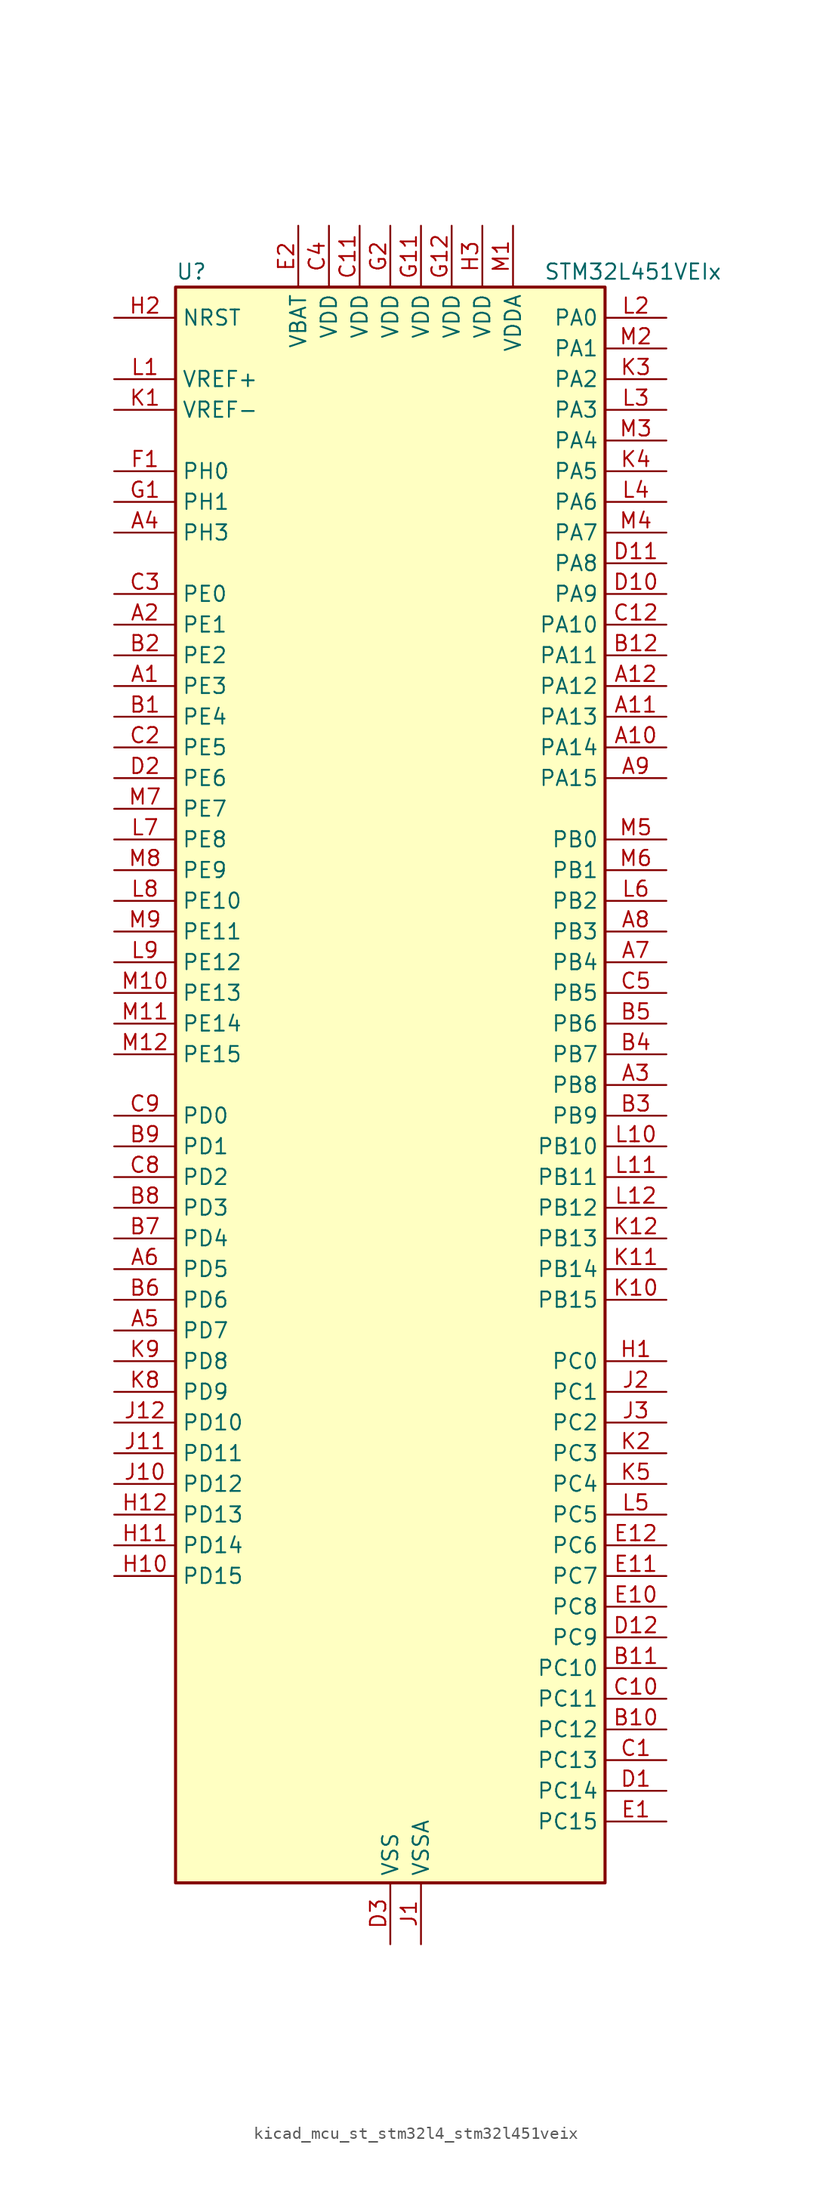
<source format=kicad_sym>
(kicad_symbol_lib
  (version 20220914)
  (generator kicad_symbol_editor)
  (symbol "kicad_mcu_st_stm32l4_stm32l451veix"
    (property "Reference" "U"
      (at -17.78 67.31 0)
      (effects (font (size 1.27 1.27)) (justify left)))
    (property "Value" "STM32L451VEIx"
      (at 12.7 67.31 0)
      (effects (font (size 1.27 1.27)) (justify left)))
    (property "ki_locked" ""
      (at 0 0 0)
      (effects (font (size 1.27 1.27))))
    (symbol "kicad_mcu_st_stm32l4_stm32l451veix_0_1"
      (rectangle (start -17.78 -66.04) (end 17.78 66.04) (stroke (width 0.254) (type default)) (fill (type background))))
    (symbol "kicad_mcu_st_stm32l4_stm32l451veix_1_1"
      (pin bidirectional line (at -22.86 33.02 0) (length 5.08) (name "PE3" (effects (font (size 1.27 1.27)))) (number "A1" (effects (font (size 1.27 1.27)))) (alternate "SAI1_SD_B" bidirectional line) (alternate "SYS_TRACED0" bidirectional line) (alternate "TIM3_CH1" bidirectional line) (alternate "TSC_G7_IO2" bidirectional line))
      (pin bidirectional line (at 22.86 27.94 180) (length 5.08) (name "PA14" (effects (font (size 1.27 1.27)))) (number "A10" (effects (font (size 1.27 1.27)))) (alternate "I2C1_SMBA" bidirectional line) (alternate "I2C4_SMBA" bidirectional line) (alternate "LPTIM1_OUT" bidirectional line) (alternate "SAI1_FS_B" bidirectional line) (alternate "SYS_JTCK-SWCLK" bidirectional line))
      (pin bidirectional line (at 22.86 30.48 180) (length 5.08) (name "PA13" (effects (font (size 1.27 1.27)))) (number "A11" (effects (font (size 1.27 1.27)))) (alternate "IR_OUT" bidirectional line) (alternate "SAI1_SD_B" bidirectional line) (alternate "SYS_JTMS-SWDIO" bidirectional line))
      (pin bidirectional line (at 22.86 33.02 180) (length 5.08) (name "PA12" (effects (font (size 1.27 1.27)))) (number "A12" (effects (font (size 1.27 1.27)))) (alternate "CAN1_TX" bidirectional line) (alternate "SPI1_MOSI" bidirectional line) (alternate "TIM1_ETR" bidirectional line) (alternate "USART1_DE" bidirectional line) (alternate "USART1_RTS" bidirectional line))
      (pin bidirectional line (at -22.86 38.1 0) (length 5.08) (name "PE1" (effects (font (size 1.27 1.27)))) (number "A2" (effects (font (size 1.27 1.27)))))
      (pin bidirectional line (at 22.86 0 180) (length 5.08) (name "PB8" (effects (font (size 1.27 1.27)))) (number "A3" (effects (font (size 1.27 1.27)))) (alternate "CAN1_RX" bidirectional line) (alternate "I2C1_SCL" bidirectional line) (alternate "SAI1_MCLK_A" bidirectional line) (alternate "SDMMC1_D4" bidirectional line) (alternate "TIM16_CH1" bidirectional line))
      (pin bidirectional line (at -22.86 45.72 0) (length 5.08) (name "PH3" (effects (font (size 1.27 1.27)))) (number "A4" (effects (font (size 1.27 1.27)))))
      (pin bidirectional line (at -22.86 -20.32 0) (length 5.08) (name "PD7" (effects (font (size 1.27 1.27)))) (number "A5" (effects (font (size 1.27 1.27)))) (alternate "DFSDM1_CKIN1" bidirectional line) (alternate "QUADSPI_BK2_IO3" bidirectional line) (alternate "USART2_CK" bidirectional line))
      (pin bidirectional line (at -22.86 -15.24 0) (length 5.08) (name "PD5" (effects (font (size 1.27 1.27)))) (number "A6" (effects (font (size 1.27 1.27)))) (alternate "QUADSPI_BK2_IO1" bidirectional line) (alternate "USART2_TX" bidirectional line))
      (pin bidirectional line (at 22.86 10.16 180) (length 5.08) (name "PB4" (effects (font (size 1.27 1.27)))) (number "A7" (effects (font (size 1.27 1.27)))) (alternate "COMP2_INP" bidirectional line) (alternate "I2C3_SDA" bidirectional line) (alternate "SAI1_MCLK_B" bidirectional line) (alternate "SPI1_MISO" bidirectional line) (alternate "SPI3_MISO" bidirectional line) (alternate "SYS_JTRST" bidirectional line) (alternate "TIM3_CH1" bidirectional line) (alternate "TSC_G2_IO1" bidirectional line) (alternate "USART1_CTS" bidirectional line))
      (pin bidirectional line (at 22.86 12.7 180) (length 5.08) (name "PB3" (effects (font (size 1.27 1.27)))) (number "A8" (effects (font (size 1.27 1.27)))) (alternate "COMP2_INM" bidirectional line) (alternate "SAI1_SCK_B" bidirectional line) (alternate "SPI1_SCK" bidirectional line) (alternate "SPI3_SCK" bidirectional line) (alternate "SYS_JTDO-SWO" bidirectional line) (alternate "TIM2_CH2" bidirectional line) (alternate "USART1_DE" bidirectional line) (alternate "USART1_RTS" bidirectional line))
      (pin bidirectional line (at 22.86 25.4 180) (length 5.08) (name "PA15" (effects (font (size 1.27 1.27)))) (number "A9" (effects (font (size 1.27 1.27)))) (alternate "ADC1_EXTI15" bidirectional line) (alternate "SPI1_NSS" bidirectional line) (alternate "SPI3_NSS" bidirectional line) (alternate "SYS_JTDI" bidirectional line) (alternate "TIM2_CH1" bidirectional line) (alternate "TIM2_ETR" bidirectional line) (alternate "TSC_G3_IO1" bidirectional line) (alternate "UART4_DE" bidirectional line) (alternate "UART4_RTS" bidirectional line) (alternate "USART2_RX" bidirectional line) (alternate "USART3_DE" bidirectional line) (alternate "USART3_RTS" bidirectional line))
      (pin bidirectional line (at -22.86 30.48 0) (length 5.08) (name "PE4" (effects (font (size 1.27 1.27)))) (number "B1" (effects (font (size 1.27 1.27)))) (alternate "DFSDM1_DATIN3" bidirectional line) (alternate "SAI1_FS_A" bidirectional line) (alternate "SYS_TRACED1" bidirectional line) (alternate "TIM3_CH2" bidirectional line) (alternate "TSC_G7_IO3" bidirectional line))
      (pin bidirectional line (at 22.86 -53.34 180) (length 5.08) (name "PC12" (effects (font (size 1.27 1.27)))) (number "B10" (effects (font (size 1.27 1.27)))) (alternate "SDMMC1_CK" bidirectional line) (alternate "SPI3_MOSI" bidirectional line) (alternate "SYS_TRACED3" bidirectional line) (alternate "TSC_G3_IO4" bidirectional line) (alternate "USART3_CK" bidirectional line))
      (pin bidirectional line (at 22.86 -48.26 180) (length 5.08) (name "PC10" (effects (font (size 1.27 1.27)))) (number "B11" (effects (font (size 1.27 1.27)))) (alternate "SDMMC1_D2" bidirectional line) (alternate "SPI3_SCK" bidirectional line) (alternate "SYS_TRACED1" bidirectional line) (alternate "TSC_G3_IO2" bidirectional line) (alternate "UART4_TX" bidirectional line) (alternate "USART3_TX" bidirectional line))
      (pin bidirectional line (at 22.86 35.56 180) (length 5.08) (name "PA11" (effects (font (size 1.27 1.27)))) (number "B12" (effects (font (size 1.27 1.27)))) (alternate "ADC1_EXTI11" bidirectional line) (alternate "CAN1_RX" bidirectional line) (alternate "COMP1_OUT" bidirectional line) (alternate "SPI1_MISO" bidirectional line) (alternate "TIM1_BKIN2" bidirectional line) (alternate "TIM1_BKIN2_COMP1" bidirectional line) (alternate "TIM1_CH4" bidirectional line) (alternate "USART1_CTS" bidirectional line))
      (pin bidirectional line (at -22.86 35.56 0) (length 5.08) (name "PE2" (effects (font (size 1.27 1.27)))) (number "B2" (effects (font (size 1.27 1.27)))) (alternate "SAI1_MCLK_A" bidirectional line) (alternate "SYS_TRACECLK" bidirectional line) (alternate "TIM3_ETR" bidirectional line) (alternate "TSC_G7_IO1" bidirectional line))
      (pin bidirectional line (at 22.86 -2.54 180) (length 5.08) (name "PB9" (effects (font (size 1.27 1.27)))) (number "B3" (effects (font (size 1.27 1.27)))) (alternate "CAN1_TX" bidirectional line) (alternate "DAC1_EXTI9" bidirectional line) (alternate "I2C1_SDA" bidirectional line) (alternate "IR_OUT" bidirectional line) (alternate "SAI1_FS_A" bidirectional line) (alternate "SDMMC1_D5" bidirectional line) (alternate "SPI2_NSS" bidirectional line))
      (pin bidirectional line (at 22.86 2.54 180) (length 5.08) (name "PB7" (effects (font (size 1.27 1.27)))) (number "B4" (effects (font (size 1.27 1.27)))) (alternate "COMP2_INM" bidirectional line) (alternate "I2C1_SDA" bidirectional line) (alternate "I2C4_SDA" bidirectional line) (alternate "LPTIM1_IN2" bidirectional line) (alternate "SYS_PVD_IN" bidirectional line) (alternate "TSC_G2_IO4" bidirectional line) (alternate "UART4_CTS" bidirectional line) (alternate "USART1_RX" bidirectional line))
      (pin bidirectional line (at 22.86 5.08 180) (length 5.08) (name "PB6" (effects (font (size 1.27 1.27)))) (number "B5" (effects (font (size 1.27 1.27)))) (alternate "CAN1_TX" bidirectional line) (alternate "COMP2_INP" bidirectional line) (alternate "I2C1_SCL" bidirectional line) (alternate "I2C4_SCL" bidirectional line) (alternate "LPTIM1_ETR" bidirectional line) (alternate "SAI1_FS_B" bidirectional line) (alternate "TIM16_CH1N" bidirectional line) (alternate "TSC_G2_IO3" bidirectional line) (alternate "USART1_TX" bidirectional line))
      (pin bidirectional line (at -22.86 -17.78 0) (length 5.08) (name "PD6" (effects (font (size 1.27 1.27)))) (number "B6" (effects (font (size 1.27 1.27)))) (alternate "DFSDM1_DATIN1" bidirectional line) (alternate "QUADSPI_BK2_IO2" bidirectional line) (alternate "SAI1_SD_A" bidirectional line) (alternate "USART2_RX" bidirectional line))
      (pin bidirectional line (at -22.86 -12.7 0) (length 5.08) (name "PD4" (effects (font (size 1.27 1.27)))) (number "B7" (effects (font (size 1.27 1.27)))) (alternate "DFSDM1_CKIN0" bidirectional line) (alternate "QUADSPI_BK2_IO0" bidirectional line) (alternate "SPI2_MOSI" bidirectional line) (alternate "USART2_DE" bidirectional line) (alternate "USART2_RTS" bidirectional line))
      (pin bidirectional line (at -22.86 -10.16 0) (length 5.08) (name "PD3" (effects (font (size 1.27 1.27)))) (number "B8" (effects (font (size 1.27 1.27)))) (alternate "DFSDM1_DATIN0" bidirectional line) (alternate "QUADSPI_BK2_NCS" bidirectional line) (alternate "SPI2_MISO" bidirectional line) (alternate "USART2_CTS" bidirectional line))
      (pin bidirectional line (at -22.86 -5.08 0) (length 5.08) (name "PD1" (effects (font (size 1.27 1.27)))) (number "B9" (effects (font (size 1.27 1.27)))) (alternate "CAN1_TX" bidirectional line) (alternate "SPI2_SCK" bidirectional line))
      (pin bidirectional line (at 22.86 -55.88 180) (length 5.08) (name "PC13" (effects (font (size 1.27 1.27)))) (number "C1" (effects (font (size 1.27 1.27)))) (alternate "RTC_OUT_ALARM" bidirectional line) (alternate "RTC_OUT_CALIB" bidirectional line) (alternate "RTC_TAMP1" bidirectional line) (alternate "RTC_TS" bidirectional line) (alternate "SYS_WKUP2" bidirectional line))
      (pin bidirectional line (at 22.86 -50.8 180) (length 5.08) (name "PC11" (effects (font (size 1.27 1.27)))) (number "C10" (effects (font (size 1.27 1.27)))) (alternate "ADC1_EXTI11" bidirectional line) (alternate "SDMMC1_D3" bidirectional line) (alternate "SPI3_MISO" bidirectional line) (alternate "TSC_G3_IO3" bidirectional line) (alternate "UART4_RX" bidirectional line) (alternate "USART3_RX" bidirectional line))
      (pin power_in line (at -2.54 71.12 270) (length 5.08) (name "VDD" (effects (font (size 1.27 1.27)))) (number "C11" (effects (font (size 1.27 1.27)))))
      (pin bidirectional line (at 22.86 38.1 180) (length 5.08) (name "PA10" (effects (font (size 1.27 1.27)))) (number "C12" (effects (font (size 1.27 1.27)))) (alternate "I2C1_SDA" bidirectional line) (alternate "SAI1_SD_A" bidirectional line) (alternate "TIM1_CH3" bidirectional line) (alternate "USART1_RX" bidirectional line))
      (pin bidirectional line (at -22.86 27.94 0) (length 5.08) (name "PE5" (effects (font (size 1.27 1.27)))) (number "C2" (effects (font (size 1.27 1.27)))) (alternate "DFSDM1_CKIN3" bidirectional line) (alternate "SAI1_SCK_A" bidirectional line) (alternate "SYS_TRACED2" bidirectional line) (alternate "TIM3_CH3" bidirectional line) (alternate "TSC_G7_IO4" bidirectional line))
      (pin bidirectional line (at -22.86 40.64 0) (length 5.08) (name "PE0" (effects (font (size 1.27 1.27)))) (number "C3" (effects (font (size 1.27 1.27)))) (alternate "TIM16_CH1" bidirectional line))
      (pin power_in line (at -5.08 71.12 270) (length 5.08) (name "VDD" (effects (font (size 1.27 1.27)))) (number "C4" (effects (font (size 1.27 1.27)))))
      (pin bidirectional line (at 22.86 7.62 180) (length 5.08) (name "PB5" (effects (font (size 1.27 1.27)))) (number "C5" (effects (font (size 1.27 1.27)))) (alternate "CAN1_RX" bidirectional line) (alternate "COMP2_OUT" bidirectional line) (alternate "I2C1_SMBA" bidirectional line) (alternate "LPTIM1_IN1" bidirectional line) (alternate "SAI1_SD_B" bidirectional line) (alternate "SPI1_MOSI" bidirectional line) (alternate "SPI3_MOSI" bidirectional line) (alternate "TIM16_BKIN" bidirectional line) (alternate "TIM3_CH2" bidirectional line) (alternate "TSC_G2_IO2" bidirectional line) (alternate "USART1_CK" bidirectional line))
      (pin bidirectional line (at -22.86 -7.62 0) (length 5.08) (name "PD2" (effects (font (size 1.27 1.27)))) (number "C8" (effects (font (size 1.27 1.27)))) (alternate "SDMMC1_CMD" bidirectional line) (alternate "SYS_TRACED2" bidirectional line) (alternate "TIM3_ETR" bidirectional line) (alternate "TSC_SYNC" bidirectional line) (alternate "USART3_DE" bidirectional line) (alternate "USART3_RTS" bidirectional line))
      (pin bidirectional line (at -22.86 -2.54 0) (length 5.08) (name "PD0" (effects (font (size 1.27 1.27)))) (number "C9" (effects (font (size 1.27 1.27)))) (alternate "CAN1_RX" bidirectional line) (alternate "SPI2_NSS" bidirectional line))
      (pin bidirectional line (at 22.86 -58.42 180) (length 5.08) (name "PC14" (effects (font (size 1.27 1.27)))) (number "D1" (effects (font (size 1.27 1.27)))) (alternate "RCC_OSC32_IN" bidirectional line))
      (pin bidirectional line (at 22.86 40.64 180) (length 5.08) (name "PA9" (effects (font (size 1.27 1.27)))) (number "D10" (effects (font (size 1.27 1.27)))) (alternate "DAC1_EXTI9" bidirectional line) (alternate "DFSDM1_DATIN1" bidirectional line) (alternate "I2C1_SCL" bidirectional line) (alternate "SAI1_FS_A" bidirectional line) (alternate "TIM15_BKIN" bidirectional line) (alternate "TIM1_CH2" bidirectional line) (alternate "USART1_TX" bidirectional line))
      (pin bidirectional line (at 22.86 43.18 180) (length 5.08) (name "PA8" (effects (font (size 1.27 1.27)))) (number "D11" (effects (font (size 1.27 1.27)))) (alternate "DFSDM1_CKIN1" bidirectional line) (alternate "LPTIM2_OUT" bidirectional line) (alternate "RCC_MCO" bidirectional line) (alternate "SAI1_SCK_A" bidirectional line) (alternate "TIM1_CH1" bidirectional line) (alternate "USART1_CK" bidirectional line))
      (pin bidirectional line (at 22.86 -45.72 180) (length 5.08) (name "PC9" (effects (font (size 1.27 1.27)))) (number "D12" (effects (font (size 1.27 1.27)))) (alternate "DAC1_EXTI9" bidirectional line) (alternate "SDMMC1_D1" bidirectional line) (alternate "TIM3_CH4" bidirectional line) (alternate "TSC_G4_IO4" bidirectional line))
      (pin bidirectional line (at -22.86 25.4 0) (length 5.08) (name "PE6" (effects (font (size 1.27 1.27)))) (number "D2" (effects (font (size 1.27 1.27)))) (alternate "RTC_TAMP3" bidirectional line) (alternate "SAI1_SD_A" bidirectional line) (alternate "SYS_TRACED3" bidirectional line) (alternate "SYS_WKUP3" bidirectional line) (alternate "TIM3_CH4" bidirectional line))
      (pin power_in line (at 0 -71.12 90) (length 5.08) (name "VSS" (effects (font (size 1.27 1.27)))) (number "D3" (effects (font (size 1.27 1.27)))))
      (pin bidirectional line (at 22.86 -60.96 180) (length 5.08) (name "PC15" (effects (font (size 1.27 1.27)))) (number "E1" (effects (font (size 1.27 1.27)))) (alternate "ADC1_EXTI15" bidirectional line) (alternate "RCC_OSC32_OUT" bidirectional line))
      (pin bidirectional line (at 22.86 -43.18 180) (length 5.08) (name "PC8" (effects (font (size 1.27 1.27)))) (number "E10" (effects (font (size 1.27 1.27)))) (alternate "SDMMC1_D0" bidirectional line) (alternate "TIM3_CH3" bidirectional line) (alternate "TSC_G4_IO3" bidirectional line))
      (pin bidirectional line (at 22.86 -40.64 180) (length 5.08) (name "PC7" (effects (font (size 1.27 1.27)))) (number "E11" (effects (font (size 1.27 1.27)))) (alternate "DFSDM1_DATIN3" bidirectional line) (alternate "SDMMC1_D7" bidirectional line) (alternate "TIM3_CH2" bidirectional line) (alternate "TSC_G4_IO2" bidirectional line))
      (pin bidirectional line (at 22.86 -38.1 180) (length 5.08) (name "PC6" (effects (font (size 1.27 1.27)))) (number "E12" (effects (font (size 1.27 1.27)))) (alternate "DFSDM1_CKIN3" bidirectional line) (alternate "SDMMC1_D6" bidirectional line) (alternate "TIM3_CH1" bidirectional line) (alternate "TSC_G4_IO1" bidirectional line))
      (pin power_in line (at -7.62 71.12 270) (length 5.08) (name "VBAT" (effects (font (size 1.27 1.27)))) (number "E2" (effects (font (size 1.27 1.27)))))
      (pin passive line (at 0 -71.12 90) (length 5.08) hide (name "VSS" (effects (font (size 1.27 1.27)))) (number "E3" (effects (font (size 1.27 1.27)))))
      (pin bidirectional line (at -22.86 50.8 0) (length 5.08) (name "PH0" (effects (font (size 1.27 1.27)))) (number "F1" (effects (font (size 1.27 1.27)))) (alternate "RCC_OSC_IN" bidirectional line))
      (pin passive line (at 0 -71.12 90) (length 5.08) hide (name "VSS" (effects (font (size 1.27 1.27)))) (number "F11" (effects (font (size 1.27 1.27)))))
      (pin passive line (at 0 -71.12 90) (length 5.08) hide (name "VSS" (effects (font (size 1.27 1.27)))) (number "F12" (effects (font (size 1.27 1.27)))))
      (pin passive line (at 0 -71.12 90) (length 5.08) hide (name "VSS" (effects (font (size 1.27 1.27)))) (number "F2" (effects (font (size 1.27 1.27)))))
      (pin bidirectional line (at -22.86 48.26 0) (length 5.08) (name "PH1" (effects (font (size 1.27 1.27)))) (number "G1" (effects (font (size 1.27 1.27)))) (alternate "RCC_OSC_OUT" bidirectional line))
      (pin power_in line (at 2.54 71.12 270) (length 5.08) (name "VDD" (effects (font (size 1.27 1.27)))) (number "G11" (effects (font (size 1.27 1.27)))))
      (pin power_in line (at 5.08 71.12 270) (length 5.08) (name "VDD" (effects (font (size 1.27 1.27)))) (number "G12" (effects (font (size 1.27 1.27)))))
      (pin power_in line (at 0 71.12 270) (length 5.08) (name "VDD" (effects (font (size 1.27 1.27)))) (number "G2" (effects (font (size 1.27 1.27)))))
      (pin bidirectional line (at 22.86 -22.86 180) (length 5.08) (name "PC0" (effects (font (size 1.27 1.27)))) (number "H1" (effects (font (size 1.27 1.27)))) (alternate "ADC1_IN1" bidirectional line) (alternate "I2C3_SCL" bidirectional line) (alternate "I2C4_SCL" bidirectional line) (alternate "LPTIM1_IN1" bidirectional line) (alternate "LPTIM2_IN1" bidirectional line) (alternate "LPUART1_RX" bidirectional line))
      (pin bidirectional line (at -22.86 -40.64 0) (length 5.08) (name "PD15" (effects (font (size 1.27 1.27)))) (number "H10" (effects (font (size 1.27 1.27)))) (alternate "ADC1_EXTI15" bidirectional line))
      (pin bidirectional line (at -22.86 -38.1 0) (length 5.08) (name "PD14" (effects (font (size 1.27 1.27)))) (number "H11" (effects (font (size 1.27 1.27)))))
      (pin bidirectional line (at -22.86 -35.56 0) (length 5.08) (name "PD13" (effects (font (size 1.27 1.27)))) (number "H12" (effects (font (size 1.27 1.27)))) (alternate "I2C4_SDA" bidirectional line) (alternate "LPTIM2_OUT" bidirectional line) (alternate "TSC_G6_IO4" bidirectional line))
      (pin input line (at -22.86 63.5 0) (length 5.08) (name "NRST" (effects (font (size 1.27 1.27)))) (number "H2" (effects (font (size 1.27 1.27)))))
      (pin power_in line (at 7.62 71.12 270) (length 5.08) (name "VDD" (effects (font (size 1.27 1.27)))) (number "H3" (effects (font (size 1.27 1.27)))))
      (pin power_in line (at 2.54 -71.12 90) (length 5.08) (name "VSSA" (effects (font (size 1.27 1.27)))) (number "J1" (effects (font (size 1.27 1.27)))))
      (pin bidirectional line (at -22.86 -33.02 0) (length 5.08) (name "PD12" (effects (font (size 1.27 1.27)))) (number "J10" (effects (font (size 1.27 1.27)))) (alternate "I2C4_SCL" bidirectional line) (alternate "LPTIM2_IN1" bidirectional line) (alternate "TSC_G6_IO3" bidirectional line) (alternate "USART3_DE" bidirectional line) (alternate "USART3_RTS" bidirectional line))
      (pin bidirectional line (at -22.86 -30.48 0) (length 5.08) (name "PD11" (effects (font (size 1.27 1.27)))) (number "J11" (effects (font (size 1.27 1.27)))) (alternate "ADC1_EXTI11" bidirectional line) (alternate "I2C4_SMBA" bidirectional line) (alternate "LPTIM2_ETR" bidirectional line) (alternate "TSC_G6_IO2" bidirectional line) (alternate "USART3_CTS" bidirectional line))
      (pin bidirectional line (at -22.86 -27.94 0) (length 5.08) (name "PD10" (effects (font (size 1.27 1.27)))) (number "J12" (effects (font (size 1.27 1.27)))) (alternate "TSC_G6_IO1" bidirectional line) (alternate "USART3_CK" bidirectional line))
      (pin bidirectional line (at 22.86 -25.4 180) (length 5.08) (name "PC1" (effects (font (size 1.27 1.27)))) (number "J2" (effects (font (size 1.27 1.27)))) (alternate "ADC1_IN2" bidirectional line) (alternate "I2C3_SDA" bidirectional line) (alternate "I2C4_SDA" bidirectional line) (alternate "LPTIM1_OUT" bidirectional line) (alternate "LPUART1_TX" bidirectional line) (alternate "SYS_TRACED0" bidirectional line))
      (pin bidirectional line (at 22.86 -27.94 180) (length 5.08) (name "PC2" (effects (font (size 1.27 1.27)))) (number "J3" (effects (font (size 1.27 1.27)))) (alternate "ADC1_IN3" bidirectional line) (alternate "DFSDM1_CKOUT" bidirectional line) (alternate "LPTIM1_IN2" bidirectional line) (alternate "SPI2_MISO" bidirectional line))
      (pin input line (at -22.86 55.88 0) (length 5.08) (name "VREF-" (effects (font (size 1.27 1.27)))) (number "K1" (effects (font (size 1.27 1.27)))))
      (pin bidirectional line (at 22.86 -17.78 180) (length 5.08) (name "PB15" (effects (font (size 1.27 1.27)))) (number "K10" (effects (font (size 1.27 1.27)))) (alternate "ADC1_EXTI15" bidirectional line) (alternate "DFSDM1_CKIN2" bidirectional line) (alternate "RTC_REFIN" bidirectional line) (alternate "SAI1_SD_A" bidirectional line) (alternate "SPI2_MOSI" bidirectional line) (alternate "TIM15_CH2" bidirectional line) (alternate "TIM1_CH3N" bidirectional line) (alternate "TSC_G1_IO4" bidirectional line))
      (pin bidirectional line (at 22.86 -15.24 180) (length 5.08) (name "PB14" (effects (font (size 1.27 1.27)))) (number "K11" (effects (font (size 1.27 1.27)))) (alternate "DFSDM1_DATIN2" bidirectional line) (alternate "I2C2_SDA" bidirectional line) (alternate "SAI1_MCLK_A" bidirectional line) (alternate "SPI2_MISO" bidirectional line) (alternate "TIM15_CH1" bidirectional line) (alternate "TIM1_CH2N" bidirectional line) (alternate "TSC_G1_IO3" bidirectional line) (alternate "USART3_DE" bidirectional line) (alternate "USART3_RTS" bidirectional line))
      (pin bidirectional line (at 22.86 -12.7 180) (length 5.08) (name "PB13" (effects (font (size 1.27 1.27)))) (number "K12" (effects (font (size 1.27 1.27)))) (alternate "CAN1_TX" bidirectional line) (alternate "DFSDM1_CKIN1" bidirectional line) (alternate "I2C2_SCL" bidirectional line) (alternate "LPUART1_CTS" bidirectional line) (alternate "SAI1_SCK_A" bidirectional line) (alternate "SPI2_SCK" bidirectional line) (alternate "TIM15_CH1N" bidirectional line) (alternate "TIM1_CH1N" bidirectional line) (alternate "TSC_G1_IO2" bidirectional line) (alternate "USART3_CTS" bidirectional line))
      (pin bidirectional line (at 22.86 -30.48 180) (length 5.08) (name "PC3" (effects (font (size 1.27 1.27)))) (number "K2" (effects (font (size 1.27 1.27)))) (alternate "ADC1_IN4" bidirectional line) (alternate "LPTIM1_ETR" bidirectional line) (alternate "LPTIM2_ETR" bidirectional line) (alternate "SAI1_SD_A" bidirectional line) (alternate "SPI2_MOSI" bidirectional line))
      (pin bidirectional line (at 22.86 58.42 180) (length 5.08) (name "PA2" (effects (font (size 1.27 1.27)))) (number "K3" (effects (font (size 1.27 1.27)))) (alternate "ADC1_IN7" bidirectional line) (alternate "COMP2_INM" bidirectional line) (alternate "COMP2_OUT" bidirectional line) (alternate "LPUART1_TX" bidirectional line) (alternate "QUADSPI_BK1_NCS" bidirectional line) (alternate "RCC_LSCO" bidirectional line) (alternate "SYS_WKUP4" bidirectional line) (alternate "TIM15_CH1" bidirectional line) (alternate "TIM2_CH3" bidirectional line) (alternate "USART2_TX" bidirectional line))
      (pin bidirectional line (at 22.86 50.8 180) (length 5.08) (name "PA5" (effects (font (size 1.27 1.27)))) (number "K4" (effects (font (size 1.27 1.27)))) (alternate "ADC1_IN10" bidirectional line) (alternate "COMP1_INM" bidirectional line) (alternate "COMP2_INM" bidirectional line) (alternate "DFSDM1_CKOUT" bidirectional line) (alternate "LPTIM2_ETR" bidirectional line) (alternate "SPI1_SCK" bidirectional line) (alternate "TIM2_CH1" bidirectional line) (alternate "TIM2_ETR" bidirectional line))
      (pin bidirectional line (at 22.86 -33.02 180) (length 5.08) (name "PC4" (effects (font (size 1.27 1.27)))) (number "K5" (effects (font (size 1.27 1.27)))) (alternate "ADC1_IN13" bidirectional line) (alternate "COMP1_INM" bidirectional line) (alternate "USART3_TX" bidirectional line))
      (pin bidirectional line (at -22.86 -25.4 0) (length 5.08) (name "PD9" (effects (font (size 1.27 1.27)))) (number "K8" (effects (font (size 1.27 1.27)))) (alternate "DAC1_EXTI9" bidirectional line) (alternate "USART3_RX" bidirectional line))
      (pin bidirectional line (at -22.86 -22.86 0) (length 5.08) (name "PD8" (effects (font (size 1.27 1.27)))) (number "K9" (effects (font (size 1.27 1.27)))) (alternate "USART3_TX" bidirectional line))
      (pin input line (at -22.86 58.42 0) (length 5.08) (name "VREF+" (effects (font (size 1.27 1.27)))) (number "L1" (effects (font (size 1.27 1.27)))) (alternate "VREFBUF_OUT" bidirectional line))
      (pin bidirectional line (at 22.86 -5.08 180) (length 5.08) (name "PB10" (effects (font (size 1.27 1.27)))) (number "L10" (effects (font (size 1.27 1.27)))) (alternate "COMP1_OUT" bidirectional line) (alternate "I2C2_SCL" bidirectional line) (alternate "I2C4_SCL" bidirectional line) (alternate "LPUART1_RX" bidirectional line) (alternate "QUADSPI_CLK" bidirectional line) (alternate "SAI1_SCK_A" bidirectional line) (alternate "SPI2_SCK" bidirectional line) (alternate "TIM2_CH3" bidirectional line) (alternate "TSC_SYNC" bidirectional line) (alternate "USART3_TX" bidirectional line))
      (pin bidirectional line (at 22.86 -7.62 180) (length 5.08) (name "PB11" (effects (font (size 1.27 1.27)))) (number "L11" (effects (font (size 1.27 1.27)))) (alternate "ADC1_EXTI11" bidirectional line) (alternate "COMP2_OUT" bidirectional line) (alternate "I2C2_SDA" bidirectional line) (alternate "I2C4_SDA" bidirectional line) (alternate "LPUART1_TX" bidirectional line) (alternate "QUADSPI_BK1_NCS" bidirectional line) (alternate "TIM2_CH4" bidirectional line) (alternate "USART3_RX" bidirectional line))
      (pin bidirectional line (at 22.86 -10.16 180) (length 5.08) (name "PB12" (effects (font (size 1.27 1.27)))) (number "L12" (effects (font (size 1.27 1.27)))) (alternate "CAN1_RX" bidirectional line) (alternate "DFSDM1_DATIN1" bidirectional line) (alternate "I2C2_SMBA" bidirectional line) (alternate "LPUART1_DE" bidirectional line) (alternate "LPUART1_RTS" bidirectional line) (alternate "SAI1_FS_A" bidirectional line) (alternate "SPI2_NSS" bidirectional line) (alternate "TIM15_BKIN" bidirectional line) (alternate "TIM1_BKIN" bidirectional line) (alternate "TIM1_BKIN_COMP2" bidirectional line) (alternate "TSC_G1_IO1" bidirectional line) (alternate "USART3_CK" bidirectional line))
      (pin bidirectional line (at 22.86 63.5 180) (length 5.08) (name "PA0" (effects (font (size 1.27 1.27)))) (number "L2" (effects (font (size 1.27 1.27)))) (alternate "ADC1_IN5" bidirectional line) (alternate "COMP1_INM" bidirectional line) (alternate "COMP1_OUT" bidirectional line) (alternate "OPAMP1_VINP" bidirectional line) (alternate "RTC_TAMP2" bidirectional line) (alternate "SAI1_EXTCLK" bidirectional line) (alternate "SYS_WKUP1" bidirectional line) (alternate "TIM2_CH1" bidirectional line) (alternate "TIM2_ETR" bidirectional line) (alternate "UART4_TX" bidirectional line) (alternate "USART2_CTS" bidirectional line))
      (pin bidirectional line (at 22.86 55.88 180) (length 5.08) (name "PA3" (effects (font (size 1.27 1.27)))) (number "L3" (effects (font (size 1.27 1.27)))) (alternate "ADC1_IN8" bidirectional line) (alternate "COMP2_INP" bidirectional line) (alternate "LPUART1_RX" bidirectional line) (alternate "OPAMP1_VOUT" bidirectional line) (alternate "QUADSPI_CLK" bidirectional line) (alternate "SAI1_MCLK_A" bidirectional line) (alternate "TIM15_CH2" bidirectional line) (alternate "TIM2_CH4" bidirectional line) (alternate "USART2_RX" bidirectional line))
      (pin bidirectional line (at 22.86 48.26 180) (length 5.08) (name "PA6" (effects (font (size 1.27 1.27)))) (number "L4" (effects (font (size 1.27 1.27)))) (alternate "ADC1_IN11" bidirectional line) (alternate "COMP1_OUT" bidirectional line) (alternate "LPUART1_CTS" bidirectional line) (alternate "QUADSPI_BK1_IO3" bidirectional line) (alternate "SPI1_MISO" bidirectional line) (alternate "TIM16_CH1" bidirectional line) (alternate "TIM1_BKIN" bidirectional line) (alternate "TIM1_BKIN_COMP2" bidirectional line) (alternate "TIM3_CH1" bidirectional line) (alternate "USART3_CTS" bidirectional line))
      (pin bidirectional line (at 22.86 -35.56 180) (length 5.08) (name "PC5" (effects (font (size 1.27 1.27)))) (number "L5" (effects (font (size 1.27 1.27)))) (alternate "ADC1_IN14" bidirectional line) (alternate "COMP1_INP" bidirectional line) (alternate "SYS_WKUP5" bidirectional line) (alternate "USART3_RX" bidirectional line))
      (pin bidirectional line (at 22.86 15.24 180) (length 5.08) (name "PB2" (effects (font (size 1.27 1.27)))) (number "L6" (effects (font (size 1.27 1.27)))) (alternate "COMP1_INP" bidirectional line) (alternate "DFSDM1_CKIN0" bidirectional line) (alternate "I2C3_SMBA" bidirectional line) (alternate "LPTIM1_OUT" bidirectional line) (alternate "RTC_OUT_ALARM" bidirectional line) (alternate "RTC_OUT_CALIB" bidirectional line))
      (pin bidirectional line (at -22.86 20.32 0) (length 5.08) (name "PE8" (effects (font (size 1.27 1.27)))) (number "L7" (effects (font (size 1.27 1.27)))) (alternate "DFSDM1_CKIN2" bidirectional line) (alternate "SAI1_SCK_B" bidirectional line) (alternate "TIM1_CH1N" bidirectional line))
      (pin bidirectional line (at -22.86 15.24 0) (length 5.08) (name "PE10" (effects (font (size 1.27 1.27)))) (number "L8" (effects (font (size 1.27 1.27)))) (alternate "QUADSPI_CLK" bidirectional line) (alternate "SAI1_MCLK_B" bidirectional line) (alternate "TIM1_CH2N" bidirectional line) (alternate "TSC_G5_IO1" bidirectional line))
      (pin bidirectional line (at -22.86 10.16 0) (length 5.08) (name "PE12" (effects (font (size 1.27 1.27)))) (number "L9" (effects (font (size 1.27 1.27)))) (alternate "QUADSPI_BK1_IO0" bidirectional line) (alternate "SPI1_NSS" bidirectional line) (alternate "TIM1_CH3N" bidirectional line) (alternate "TSC_G5_IO3" bidirectional line))
      (pin power_in line (at 10.16 71.12 270) (length 5.08) (name "VDDA" (effects (font (size 1.27 1.27)))) (number "M1" (effects (font (size 1.27 1.27)))))
      (pin bidirectional line (at -22.86 7.62 0) (length 5.08) (name "PE13" (effects (font (size 1.27 1.27)))) (number "M10" (effects (font (size 1.27 1.27)))) (alternate "QUADSPI_BK1_IO1" bidirectional line) (alternate "SPI1_SCK" bidirectional line) (alternate "TIM1_CH3" bidirectional line) (alternate "TSC_G5_IO4" bidirectional line))
      (pin bidirectional line (at -22.86 5.08 0) (length 5.08) (name "PE14" (effects (font (size 1.27 1.27)))) (number "M11" (effects (font (size 1.27 1.27)))) (alternate "QUADSPI_BK1_IO2" bidirectional line) (alternate "SPI1_MISO" bidirectional line) (alternate "TIM1_BKIN2" bidirectional line) (alternate "TIM1_BKIN2_COMP2" bidirectional line) (alternate "TIM1_CH4" bidirectional line))
      (pin bidirectional line (at -22.86 2.54 0) (length 5.08) (name "PE15" (effects (font (size 1.27 1.27)))) (number "M12" (effects (font (size 1.27 1.27)))) (alternate "ADC1_EXTI15" bidirectional line) (alternate "QUADSPI_BK1_IO3" bidirectional line) (alternate "SPI1_MOSI" bidirectional line) (alternate "TIM1_BKIN" bidirectional line) (alternate "TIM1_BKIN_COMP1" bidirectional line))
      (pin bidirectional line (at 22.86 60.96 180) (length 5.08) (name "PA1" (effects (font (size 1.27 1.27)))) (number "M2" (effects (font (size 1.27 1.27)))) (alternate "ADC1_IN6" bidirectional line) (alternate "COMP1_INP" bidirectional line) (alternate "I2C1_SMBA" bidirectional line) (alternate "OPAMP1_VINM" bidirectional line) (alternate "SPI1_SCK" bidirectional line) (alternate "TIM15_CH1N" bidirectional line) (alternate "TIM2_CH2" bidirectional line) (alternate "UART4_RX" bidirectional line) (alternate "USART2_DE" bidirectional line) (alternate "USART2_RTS" bidirectional line))
      (pin bidirectional line (at 22.86 53.34 180) (length 5.08) (name "PA4" (effects (font (size 1.27 1.27)))) (number "M3" (effects (font (size 1.27 1.27)))) (alternate "ADC1_IN9" bidirectional line) (alternate "COMP1_INM" bidirectional line) (alternate "COMP2_INM" bidirectional line) (alternate "DAC1_OUT1" bidirectional line) (alternate "LPTIM2_OUT" bidirectional line) (alternate "SAI1_FS_B" bidirectional line) (alternate "SPI1_NSS" bidirectional line) (alternate "SPI3_NSS" bidirectional line) (alternate "USART2_CK" bidirectional line))
      (pin bidirectional line (at 22.86 45.72 180) (length 5.08) (name "PA7" (effects (font (size 1.27 1.27)))) (number "M4" (effects (font (size 1.27 1.27)))) (alternate "ADC1_IN12" bidirectional line) (alternate "COMP2_OUT" bidirectional line) (alternate "DFSDM1_DATIN0" bidirectional line) (alternate "I2C3_SCL" bidirectional line) (alternate "QUADSPI_BK1_IO2" bidirectional line) (alternate "SPI1_MOSI" bidirectional line) (alternate "TIM1_CH1N" bidirectional line) (alternate "TIM3_CH2" bidirectional line))
      (pin bidirectional line (at 22.86 20.32 180) (length 5.08) (name "PB0" (effects (font (size 1.27 1.27)))) (number "M5" (effects (font (size 1.27 1.27)))) (alternate "ADC1_IN15" bidirectional line) (alternate "COMP1_OUT" bidirectional line) (alternate "DFSDM1_CKIN0" bidirectional line) (alternate "QUADSPI_BK1_IO1" bidirectional line) (alternate "SAI1_EXTCLK" bidirectional line) (alternate "SPI1_NSS" bidirectional line) (alternate "TIM1_CH2N" bidirectional line) (alternate "TIM3_CH3" bidirectional line) (alternate "USART3_CK" bidirectional line))
      (pin bidirectional line (at 22.86 17.78 180) (length 5.08) (name "PB1" (effects (font (size 1.27 1.27)))) (number "M6" (effects (font (size 1.27 1.27)))) (alternate "ADC1_IN16" bidirectional line) (alternate "COMP1_INM" bidirectional line) (alternate "DFSDM1_DATIN0" bidirectional line) (alternate "LPTIM2_IN1" bidirectional line) (alternate "LPUART1_DE" bidirectional line) (alternate "LPUART1_RTS" bidirectional line) (alternate "QUADSPI_BK1_IO0" bidirectional line) (alternate "TIM1_CH3N" bidirectional line) (alternate "TIM3_CH4" bidirectional line) (alternate "USART3_DE" bidirectional line) (alternate "USART3_RTS" bidirectional line))
      (pin bidirectional line (at -22.86 22.86 0) (length 5.08) (name "PE7" (effects (font (size 1.27 1.27)))) (number "M7" (effects (font (size 1.27 1.27)))) (alternate "DFSDM1_DATIN2" bidirectional line) (alternate "SAI1_SD_B" bidirectional line) (alternate "TIM1_ETR" bidirectional line))
      (pin bidirectional line (at -22.86 17.78 0) (length 5.08) (name "PE9" (effects (font (size 1.27 1.27)))) (number "M8" (effects (font (size 1.27 1.27)))) (alternate "DAC1_EXTI9" bidirectional line) (alternate "DFSDM1_CKOUT" bidirectional line) (alternate "SAI1_FS_B" bidirectional line) (alternate "TIM1_CH1" bidirectional line))
      (pin bidirectional line (at -22.86 12.7 0) (length 5.08) (name "PE11" (effects (font (size 1.27 1.27)))) (number "M9" (effects (font (size 1.27 1.27)))) (alternate "ADC1_EXTI11" bidirectional line) (alternate "QUADSPI_BK1_NCS" bidirectional line) (alternate "TIM1_CH2" bidirectional line) (alternate "TSC_G5_IO2" bidirectional line)))))
</source>
